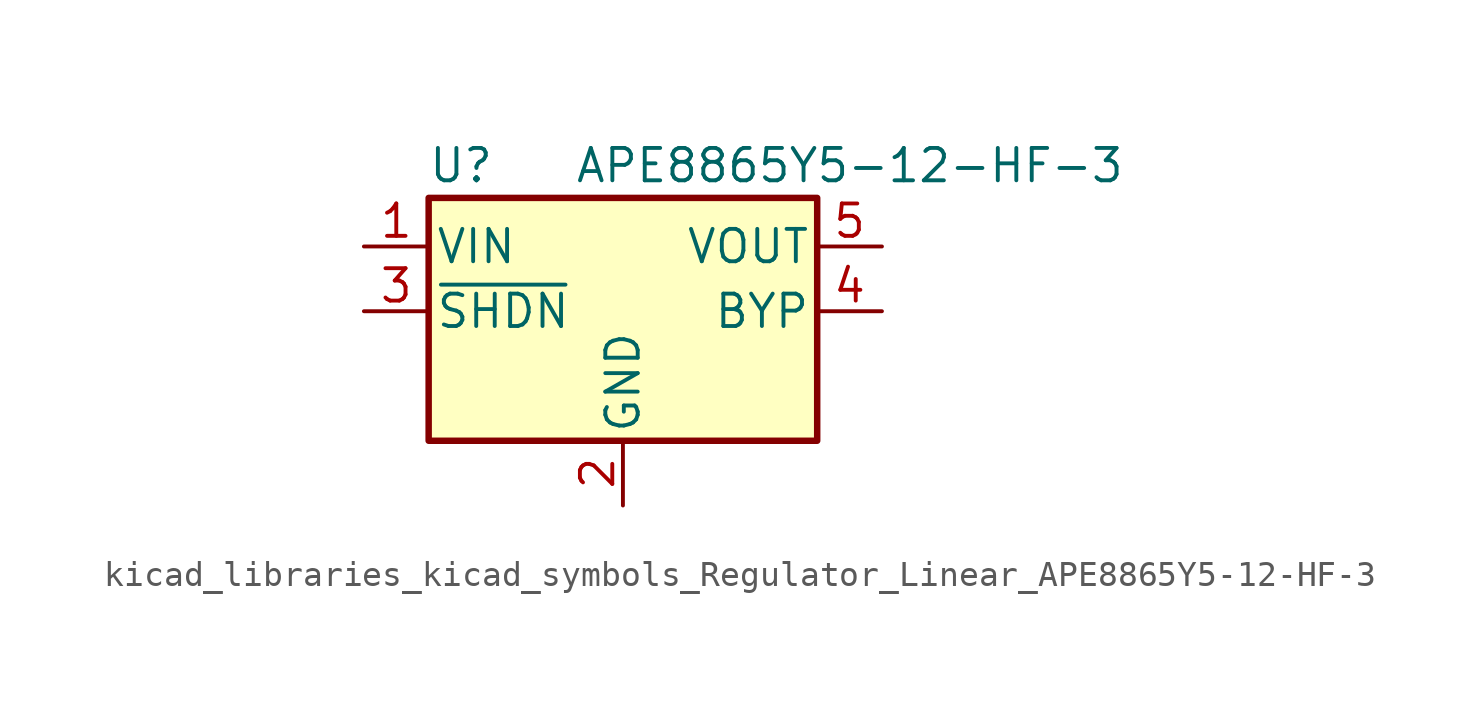
<source format=kicad_sym>
(kicad_symbol_lib
  (version 20220914)
  (generator kicad_symbol_editor)
  (symbol "kicad_libraries_kicad_symbols_Regulator_Linear_APE8865Y5-12-HF-3"
    (pin_names
      (offset 0.254))
    (property "Reference" "U"
      (at -6.35 5.715 0)
      (effects (font (size 1.27 1.27))))
    (property "Value" "APE8865Y5-12-HF-3"
      (at -1.905 5.715 0)
      (effects (font (size 1.27 1.27)) (justify left)))
    (symbol "kicad_libraries_kicad_symbols_Regulator_Linear_APE8865Y5-12-HF-3_0_1"
      (rectangle (start -7.62 4.445) (end 7.62 -5.08) (stroke (width 0.254) (type default)) (fill (type background))))
    (symbol "kicad_libraries_kicad_symbols_Regulator_Linear_APE8865Y5-12-HF-3_1_1"
      (pin power_in line (at -10.16 2.54 0) (length 2.54) (name "VIN" (effects (font (size 1.27 1.27)))) (number "1" (effects (font (size 1.27 1.27)))))
      (pin power_in line (at 0 -7.62 90) (length 2.54) (name "GND" (effects (font (size 1.27 1.27)))) (number "2" (effects (font (size 1.27 1.27)))))
      (pin input line (at -10.16 0 0) (length 2.54) (name "~{SHDN}" (effects (font (size 1.27 1.27)))) (number "3" (effects (font (size 1.27 1.27)))))
      (pin input line (at 10.16 0 180) (length 2.54) (name "BYP" (effects (font (size 1.27 1.27)))) (number "4" (effects (font (size 1.27 1.27)))))
      (pin power_out line (at 10.16 2.54 180) (length 2.54) (name "VOUT" (effects (font (size 1.27 1.27)))) (number "5" (effects (font (size 1.27 1.27))))))))
</source>
